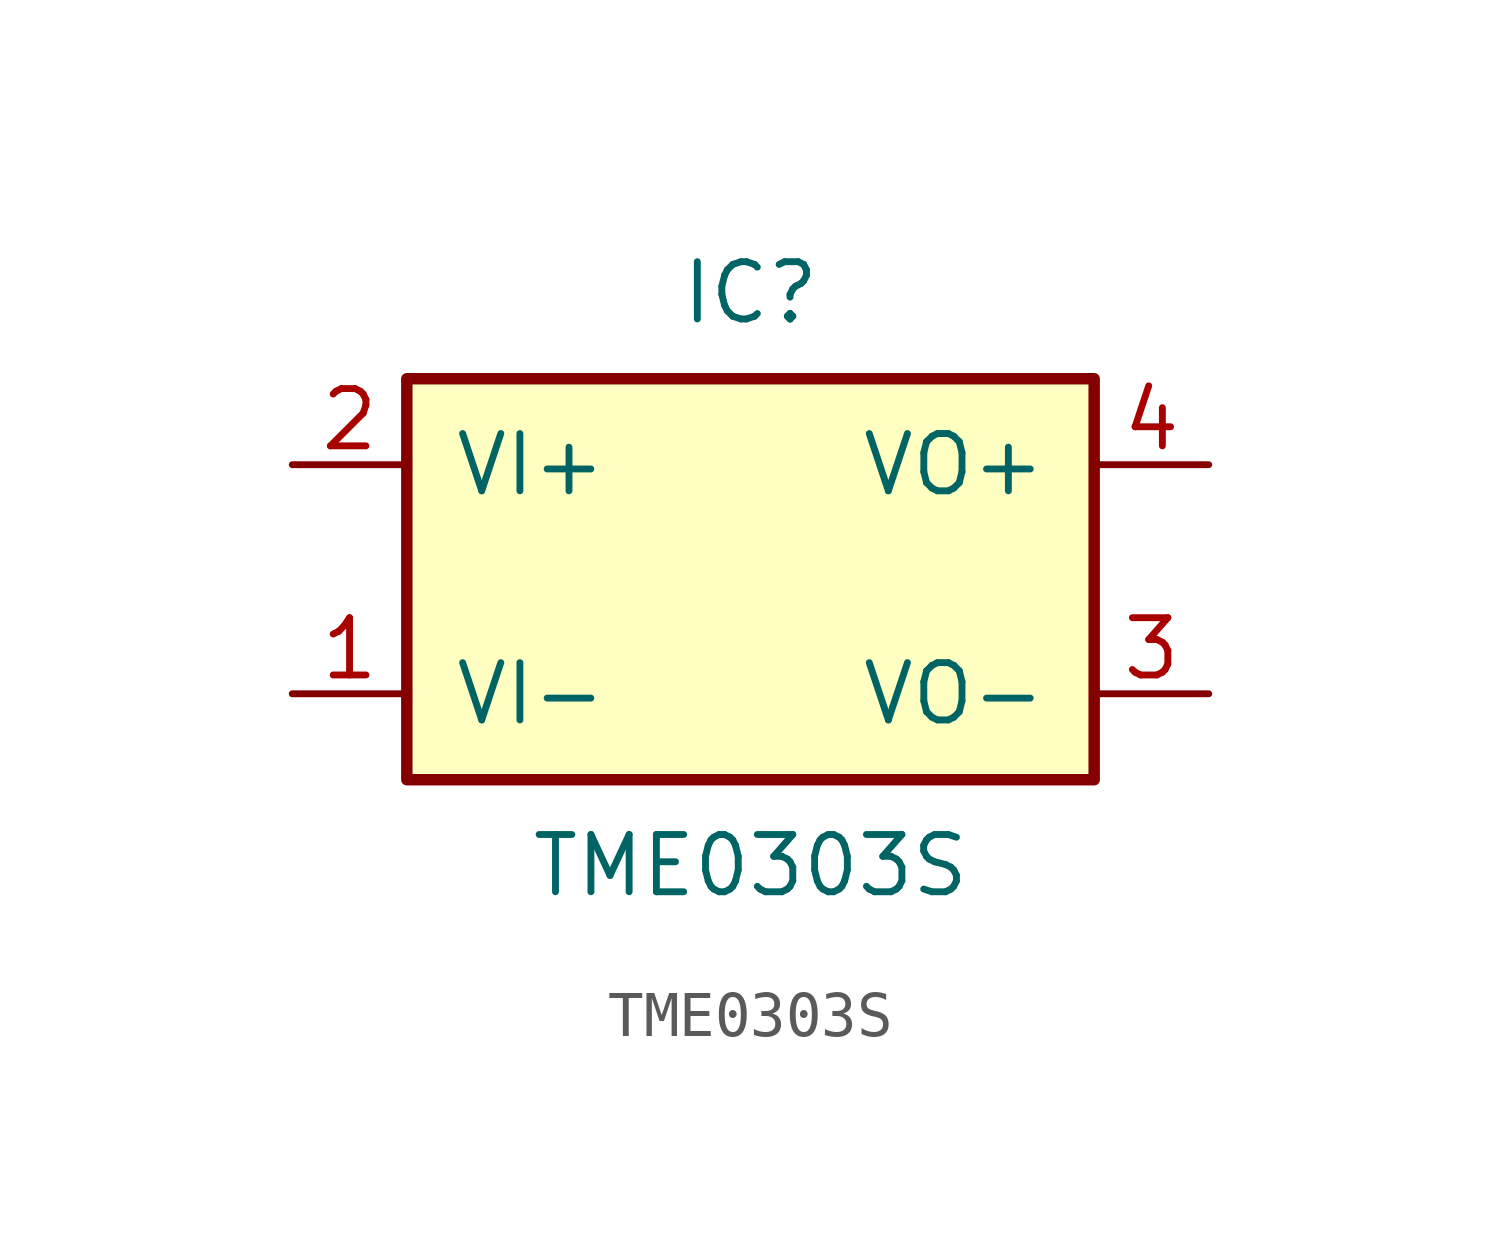
<source format=kicad_sym>
(kicad_symbol_lib
  (version 20220914)
  (generator kicad_symbol_editor)
  (symbol "TME0303S"
    (pin_names
      (offset 1.016))
    (property "Reference" "IC"
      (at 0 6.35 0)
      (effects (font (size 1.27 1.27))))
    (property "Value" "TME0303S"
      (at 0 -6.35 0)
      (effects (font (size 1.27 1.27))))
    (symbol "TME0303S_0_1"
      (rectangle (start -7.62 4.445) (end 7.62 -4.445) (stroke (width 0.254) (type default)) (fill (type background))))
    (symbol "TME0303S_1_1"
      (pin input line (at -10.16 -2.54 0) (length 2.54) (name "VI-" (effects (font (size 1.27 1.27)))) (number "1" (effects (font (size 1.27 1.27)))))
      (pin power_in line (at -10.16 2.54 0) (length 2.54) (name "VI+" (effects (font (size 1.27 1.27)))) (number "2" (effects (font (size 1.27 1.27)))))
      (pin power_out line (at 10.16 -2.54 180) (length 2.54) (name "VO-" (effects (font (size 1.27 1.27)))) (number "3" (effects (font (size 1.27 1.27)))))
      (pin power_out line (at 10.16 2.54 180) (length 2.54) (name "VO+" (effects (font (size 1.27 1.27)))) (number "4" (effects (font (size 1.27 1.27))))))))
</source>
